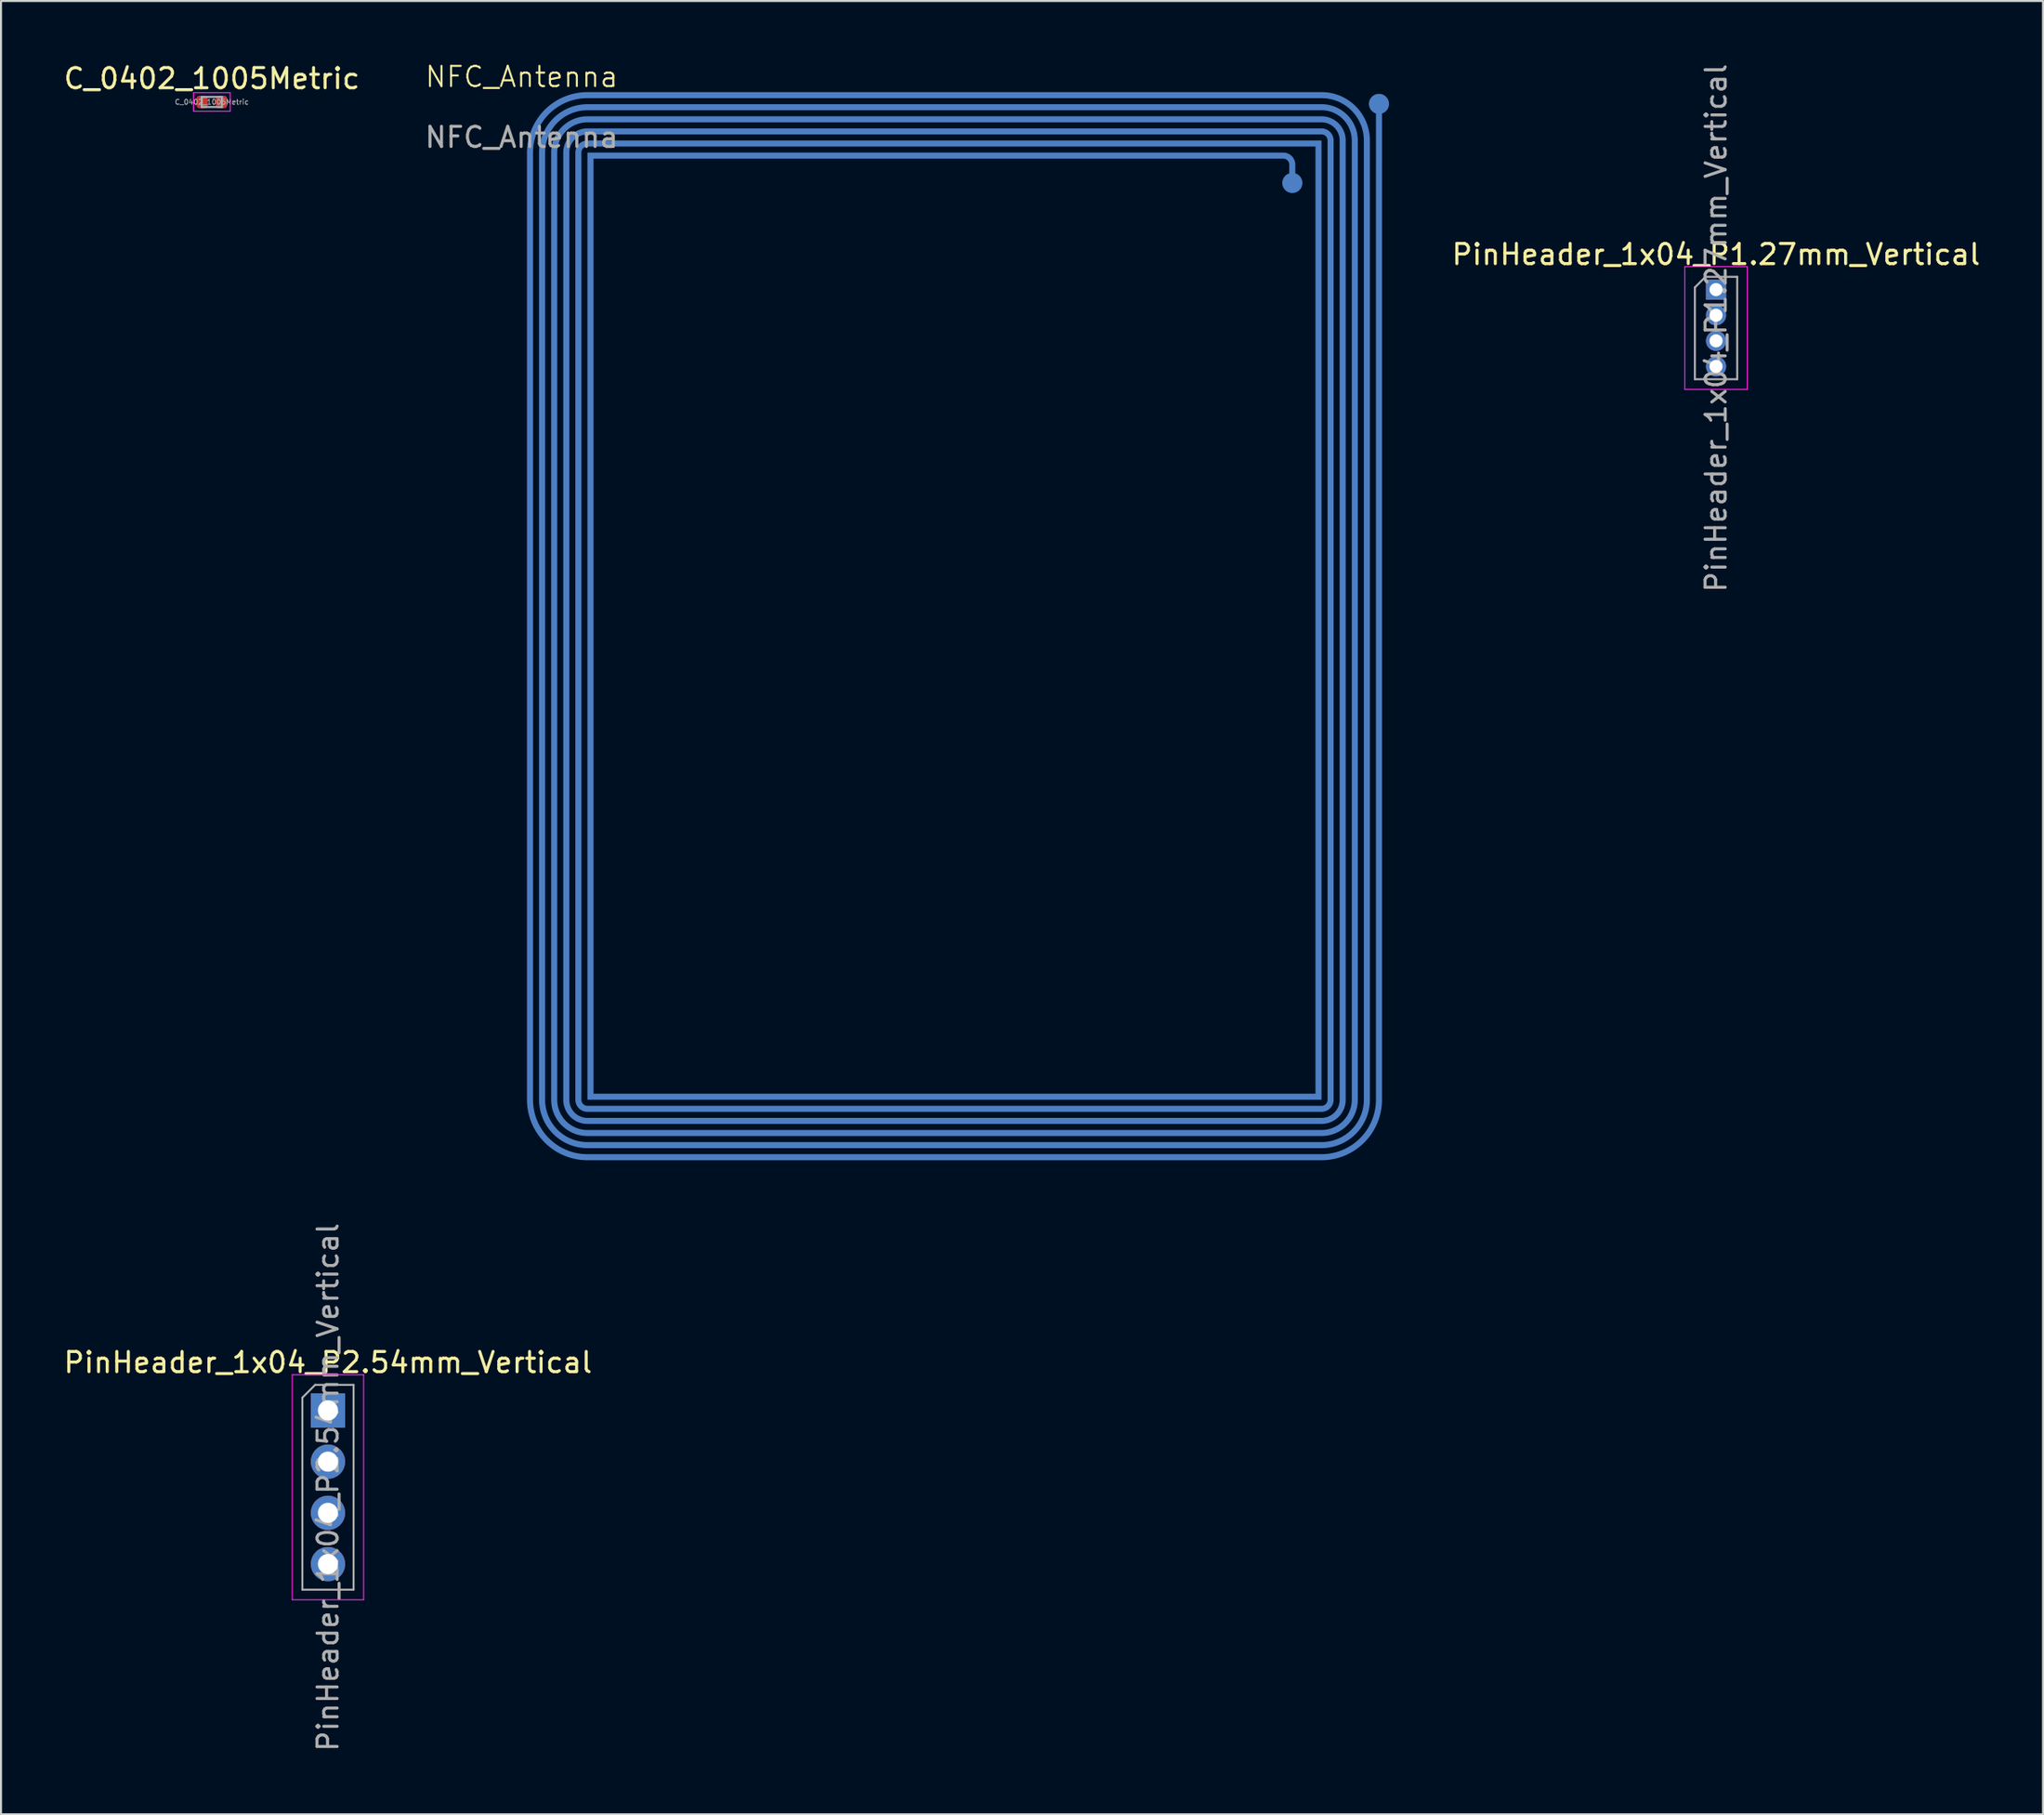
<source format=kicad_pcb>
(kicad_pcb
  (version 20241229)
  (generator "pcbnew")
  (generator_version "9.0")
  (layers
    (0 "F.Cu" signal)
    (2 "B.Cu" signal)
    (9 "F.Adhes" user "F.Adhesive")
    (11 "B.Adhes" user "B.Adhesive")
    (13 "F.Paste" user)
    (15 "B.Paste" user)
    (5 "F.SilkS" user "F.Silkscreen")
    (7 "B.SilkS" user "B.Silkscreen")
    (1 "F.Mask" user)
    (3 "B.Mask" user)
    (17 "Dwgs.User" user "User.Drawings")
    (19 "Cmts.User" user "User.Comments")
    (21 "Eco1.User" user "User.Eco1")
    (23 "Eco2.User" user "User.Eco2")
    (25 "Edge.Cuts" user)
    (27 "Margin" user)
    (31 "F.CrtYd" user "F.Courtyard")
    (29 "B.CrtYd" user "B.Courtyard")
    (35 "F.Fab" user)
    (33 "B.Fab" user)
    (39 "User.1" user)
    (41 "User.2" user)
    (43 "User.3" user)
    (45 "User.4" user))
  (footprint "C_0402_1005Metric"
    (layer "F.Cu")
    (at 7.458 2.008)
    (property "Reference" "C_0402_1005Metric" (at 0 -1.16 0) (layer "F.SilkS") (effects (font (size 1 1) (thickness 0.15))))
    (attr smd)
    (fp_line (start -0.91 -0.46) (end 0.91 -0.46) (stroke (width 0.05) (type solid)) (layer "F.CrtYd"))
    (fp_line (start -0.91 0.46) (end -0.91 -0.46) (stroke (width 0.05) (type solid)) (layer "F.CrtYd"))
    (fp_line (start 0.91 -0.46) (end 0.91 0.46) (stroke (width 0.05) (type solid)) (layer "F.CrtYd"))
    (fp_line (start 0.91 0.46) (end -0.91 0.46) (stroke (width 0.05) (type solid)) (layer "F.CrtYd"))
    (fp_line (start -0.5 -0.25) (end 0.5 -0.25) (stroke (width 0.1) (type solid)) (layer "F.Fab"))
    (fp_line (start -0.5 0.25) (end -0.5 -0.25) (stroke (width 0.1) (type solid)) (layer "F.Fab"))
    (fp_line (start 0.5 -0.25) (end 0.5 0.25) (stroke (width 0.1) (type solid)) (layer "F.Fab"))
    (fp_line (start 0.5 0.25) (end -0.5 0.25) (stroke (width 0.1) (type solid)) (layer "F.Fab"))
    (fp_text user "${REFERENCE}" (at 0 0 0) (layer "F.Fab") (effects (font (size 0.25 0.25) (thickness 0.04))))
    (pad "1" smd roundrect (at -0.48 0) (size 0.56 0.62) (layers "F.Cu" "F.Mask" "F.Paste") (roundrect_rratio 0.25))
    (pad "2" smd roundrect (at 0.48 0) (size 0.56 0.62) (layers "F.Cu" "F.Mask" "F.Paste") (roundrect_rratio 0.25)))
  (footprint "NFC_Antenna"
    (layer "F.Cu")
    (at 22.827 1.26)
    (property "Reference" "NFC_Antenna" (at 0 -0.5 0) (unlocked yes) (layer "F.SilkS") (effects (font (size 1 1) (thickness 0.1))))
    (attr smd)
    (fp_poly (pts (xy 38.08 4.858) (arc (start 38.079508 3.857593) (mid 37.99164 3.645461) (end 37.779508 3.557593)) (xy 3.564 3.558) (xy 3.564 49.938) (xy 39.38 49.938) (xy 39.38 2.958) (arc (start 3.264487 2.957593) (mid 3.052355 3.045461) (end 2.964487 3.257593)) (arc (start 2.964487 50.237593) (mid 3.052355 50.449725) (end 3.264487 50.537593)) (arc (start 39.679508 50.537593) (mid 39.89164 50.449725) (end 39.979508 50.237593)) (arc (start 39.979508 2.657593) (mid 39.89164 2.445461) (end 39.679508 2.357593)) (arc (start 3.264487 2.357593) (mid 2.628091 2.621197) (end 2.364487 3.257593)) (arc (start 2.364487 50.237593) (mid 2.628091 50.873989) (end 3.264487 51.137593)) (arc (start 39.679508 51.137593) (mid 40.315904 50.873989) (end 40.579508 50.237593)) (arc (start 40.579508 2.657593) (mid 40.315904 2.021197) (end 39.679508 1.757593)) (arc (start 3.264488 1.757593) (mid 2.203827 2.196933) (end 1.764487 3.257594)) (arc (start 1.764487 50.237592) (mid 2.203827 51.298253) (end 3.264488 51.737593)) (arc (start 39.679507 51.737593) (mid 40.740168 51.298253) (end 41.179508 50.237592)) (arc (start 41.179508 2.657594) (mid 40.740168 1.596933) (end 39.679507 1.157593)) (arc (start 3.264484 1.157593) (mid 1.779562 1.772668) (end 1.164487 3.257589)) (arc (start 1.164487 50.237595) (mid 1.779562 51.722518) (end 3.264484 52.337593)) (arc (start 39.679507 52.337593) (mid 41.164432 51.722517) (end 41.779508 50.237592)) (arc (start 41.779508 2.657594) (mid 41.164432 1.172669) (end 39.679506 0.557593)) (arc (start 3.264485 0.557593) (mid 1.355298 1.348404) (end 0.564487 3.257591)) (arc (start 0.564487 50.237594) (mid 1.355298 52.146782) (end 3.264485 52.937593)) (arc (start 39.679507 52.937593) (mid 41.588696 52.146781) (end 42.379508 50.237592)) (xy 42.38 1.258) (xy 42.68 1.258) (arc (start 42.679508 50.237592) (mid 41.800828 52.358913) (end 39.679507 53.237593)) (arc (start 3.264485 53.237593) (mid 1.143166 52.358914) (end 0.264487 50.237596)) (arc (start 0.264487 3.257591) (mid 1.143166 1.136272) (end 3.264485 0.257593)) (arc (start 39.679507 0.257593) (mid 41.376564 0.960537) (end 42.079508 2.657594)) (arc (start 42.079508 50.237592) (mid 41.376564 51.934649) (end 39.679506 52.637593)) (arc (start 3.264485 52.637593) (mid 1.56743 51.93465) (end 0.864487 50.237595)) (arc (start 0.864487 3.257591) (mid 1.56743 1.560536) (end 3.264485 0.857593)) (arc (start 39.679507 0.857593) (mid 40.9523 1.384801) (end 41.479508 2.657595)) (arc (start 41.479508 50.237592) (mid 40.9523 51.510385) (end 39.679507 52.037593)) (arc (start 3.264489 52.037593) (mid 1.991695 51.510385) (end 1.464487 50.237592)) (arc (start 1.464487 3.257594) (mid 1.991695 1.984801) (end 3.264488 1.457593)) (arc (start 39.679508 1.457593) (mid 40.528036 1.809065) (end 40.879508 2.657594)) (arc (start 40.879508 50.237593) (mid 40.528036 51.086121) (end 39.679509 51.437593)) (arc (start 3.264487 51.437593) (mid 2.415959 51.086121) (end 2.064487 50.237593)) (arc (start 2.064487 3.257593) (mid 2.415959 2.409065) (end 3.264487 2.057593)) (arc (start 39.679508 2.057593) (mid 40.103772 2.233329) (end 40.279508 2.657594)) (arc (start 40.279508 50.237593) (mid 40.103772 50.661857) (end 39.679508 50.837593)) (arc (start 3.264487 50.837593) (mid 2.840223 50.661857) (end 2.664487 50.237593)) (arc (start 2.664487 3.257593) (mid 2.840223 2.833329) (end 3.264486 2.657593)) (xy 39.68 2.658) (xy 39.68 50.238) (xy 3.264 50.238) (xy 3.264 3.258) (arc (start 37.779508 3.257593) (mid 38.203772 3.433329) (end 38.379508 3.857594)) (xy 38.38 4.858)) (stroke (width 0) (type solid)) (fill yes) (layer "B.Cu"))
    (fp_text user "${REFERENCE}" (at 0 2.5 0) (unlocked yes) (layer "F.Fab") (effects (font (size 1 1) (thickness 0.15))))
    (pad "1" smd circle (at 42.53 0.843) (size 1 1) (layers "B.Cu"))
    (pad "2" smd circle (at 38.232 4.765) (size 1 1) (layers "B.Cu")))
  (footprint "PinHeader_1x04_P2.54mm_Vertical"
    (layer "F.Cu")
    (at 13.22 66.908)
    (property "Reference" "PinHeader_1x04_P2.54mm_Vertical" (at 0 -2.38 0) (layer "F.SilkS") (effects (font (size 1 1) (thickness 0.15))))
    (attr through_hole)
    (fp_line (start -1.77 -1.77) (end -1.77 9.39) (stroke (width 0.05) (type solid)) (layer "F.CrtYd"))
    (fp_line (start -1.77 9.39) (end 1.77 9.39) (stroke (width 0.05) (type solid)) (layer "F.CrtYd"))
    (fp_line (start 1.77 -1.77) (end -1.77 -1.77) (stroke (width 0.05) (type solid)) (layer "F.CrtYd"))
    (fp_line (start 1.77 9.39) (end 1.77 -1.77) (stroke (width 0.05) (type solid)) (layer "F.CrtYd"))
    (fp_line (start -1.27 -0.635) (end -0.635 -1.27) (stroke (width 0.1) (type solid)) (layer "F.Fab"))
    (fp_line (start -1.27 8.89) (end -1.27 -0.635) (stroke (width 0.1) (type solid)) (layer "F.Fab"))
    (fp_line (start -0.635 -1.27) (end 1.27 -1.27) (stroke (width 0.1) (type solid)) (layer "F.Fab"))
    (fp_line (start 1.27 -1.27) (end 1.27 8.89) (stroke (width 0.1) (type solid)) (layer "F.Fab"))
    (fp_line (start 1.27 8.89) (end -1.27 8.89) (stroke (width 0.1) (type solid)) (layer "F.Fab"))
    (fp_text user "${REFERENCE}" (at 0 3.81 90) (layer "F.Fab") (effects (font (size 1 1) (thickness 0.15))))
    (pad "1" thru_hole rect (at 0 0) (size 1.7 1.7) (drill 1) (layers "*.Cu" "*.Mask"))
    (pad "2" thru_hole circle (at 0 2.54) (size 1.7 1.7) (drill 1) (layers "*.Cu" "*.Mask"))
    (pad "3" thru_hole circle (at 0 5.08) (size 1.7 1.7) (drill 1) (layers "*.Cu" "*.Mask"))
    (pad "4" thru_hole circle (at 0 7.62) (size 1.7 1.7) (drill 1) (layers "*.Cu" "*.Mask")))
  (footprint "PinHeader_1x04_P1.27mm_Vertical"
    (layer "F.Cu")
    (at 82.078 11.315)
    (property "Reference" "PinHeader_1x04_P1.27mm_Vertical" (at 0 -1.745 0) (layer "F.SilkS") (effects (font (size 1 1) (thickness 0.15))))
    (attr through_hole)
    (fp_line (start -1.55 -1.14) (end -1.55 4.95) (stroke (width 0.05) (type solid)) (layer "F.CrtYd"))
    (fp_line (start -1.55 4.95) (end 1.55 4.95) (stroke (width 0.05) (type solid)) (layer "F.CrtYd"))
    (fp_line (start 1.55 -1.14) (end -1.55 -1.14) (stroke (width 0.05) (type solid)) (layer "F.CrtYd"))
    (fp_line (start 1.55 4.95) (end 1.55 -1.14) (stroke (width 0.05) (type solid)) (layer "F.CrtYd"))
    (fp_line (start -1.05 -0.11) (end -0.525 -0.635) (stroke (width 0.1) (type solid)) (layer "F.Fab"))
    (fp_line (start -1.05 4.445) (end -1.05 -0.11) (stroke (width 0.1) (type solid)) (layer "F.Fab"))
    (fp_line (start -0.525 -0.635) (end 1.05 -0.635) (stroke (width 0.1) (type solid)) (layer "F.Fab"))
    (fp_line (start 1.05 -0.635) (end 1.05 4.445) (stroke (width 0.1) (type solid)) (layer "F.Fab"))
    (fp_line (start 1.05 4.445) (end -1.05 4.445) (stroke (width 0.1) (type solid)) (layer "F.Fab"))
    (fp_text user "${REFERENCE}" (at 0 1.905 90) (layer "F.Fab") (effects (font (size 1 1) (thickness 0.15))))
    (pad "1" thru_hole rect (at 0 0) (size 1 1) (drill 0.65) (layers "*.Cu" "*.Mask"))
    (pad "2" thru_hole circle (at 0 1.27) (size 1 1) (drill 0.65) (layers "*.Cu" "*.Mask"))
    (pad "3" thru_hole circle (at 0 2.54) (size 1 1) (drill 0.65) (layers "*.Cu" "*.Mask"))
    (pad "4" thru_hole circle (at 0 3.81) (size 1 1) (drill 0.65) (layers "*.Cu" "*.Mask")))
  (gr_rect
    (start -3 -3)
    (end 98.298 86.939)
    (stroke (width 0.1) (type default))
    (fill no)
    (layer "Edge.Cuts")))
</source>
